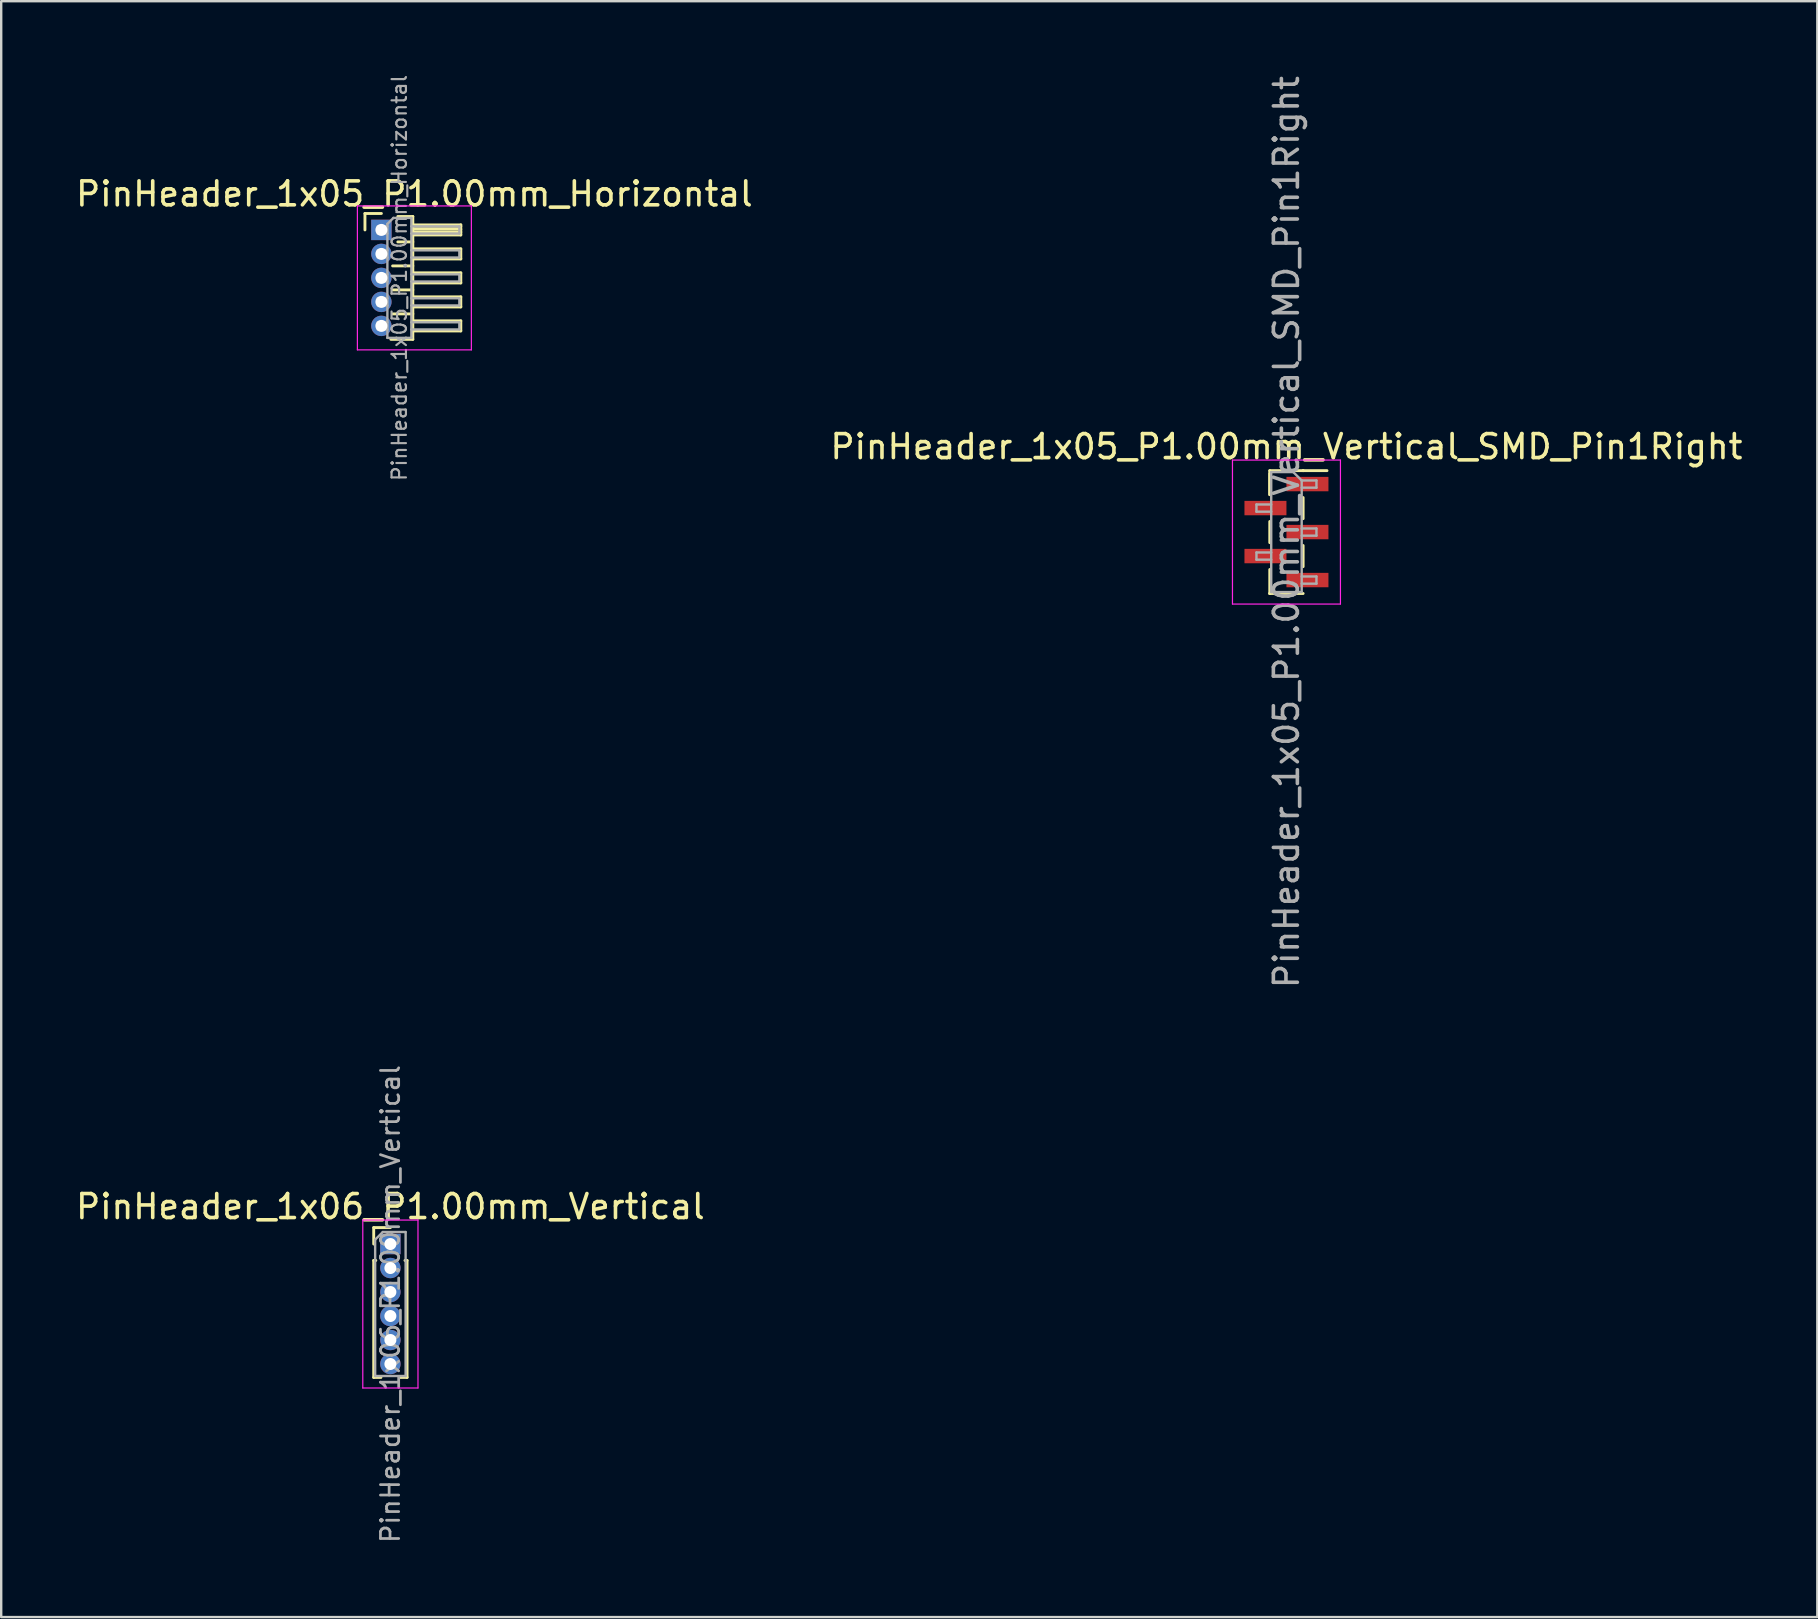
<source format=kicad_pcb>
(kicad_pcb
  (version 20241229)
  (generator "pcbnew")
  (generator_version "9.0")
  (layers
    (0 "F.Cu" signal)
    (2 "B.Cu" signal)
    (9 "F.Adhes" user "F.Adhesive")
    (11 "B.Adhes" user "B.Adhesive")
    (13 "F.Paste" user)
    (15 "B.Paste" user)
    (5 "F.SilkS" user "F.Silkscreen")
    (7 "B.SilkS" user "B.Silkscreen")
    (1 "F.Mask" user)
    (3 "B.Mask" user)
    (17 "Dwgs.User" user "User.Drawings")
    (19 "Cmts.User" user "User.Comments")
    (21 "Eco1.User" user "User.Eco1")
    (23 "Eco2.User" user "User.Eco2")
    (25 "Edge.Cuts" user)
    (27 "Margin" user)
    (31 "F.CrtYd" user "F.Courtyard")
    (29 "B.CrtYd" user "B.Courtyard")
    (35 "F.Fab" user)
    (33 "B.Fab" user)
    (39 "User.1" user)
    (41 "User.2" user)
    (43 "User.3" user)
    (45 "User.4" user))
  (footprint "PinHeader_1x05_P1.00mm_Horizontal"
    (layer "F.Cu")
    (at 12.845 6.532)
    (property "Reference" "PinHeader_1x05_P1.00mm_Horizontal" (at 1.375 -1.5 0) (layer "F.SilkS") (effects (font (size 1 1) (thickness 0.15))))
    (attr through_hole)
    (fp_line (start -0.685 -0.685) (end 0 -0.685) (stroke (width 0.12) (type solid)) (layer "F.SilkS"))
    (fp_line (start -0.685 0) (end -0.685 -0.685) (stroke (width 0.12) (type solid)) (layer "F.SilkS"))
    (fp_line (start 0.468 1.5) (end 1.31 1.5) (stroke (width 0.12) (type solid)) (layer "F.SilkS"))
    (fp_line (start 0.468 2.5) (end 1.31 2.5) (stroke (width 0.12) (type solid)) (layer "F.SilkS"))
    (fp_line (start 0.468 3.5) (end 1.31 3.5) (stroke (width 0.12) (type solid)) (layer "F.SilkS"))
    (fp_line (start 0.685 -0.56) (end 1.31 -0.56) (stroke (width 0.12) (type solid)) (layer "F.SilkS"))
    (fp_line (start 0.685 0.5) (end 1.31 0.5) (stroke (width 0.12) (type solid)) (layer "F.SilkS"))
    (fp_line (start 1.31 -0.56) (end 1.31 4.56) (stroke (width 0.12) (type solid)) (layer "F.SilkS"))
    (fp_line (start 1.31 -0.21) (end 3.31 -0.21) (stroke (width 0.12) (type solid)) (layer "F.SilkS"))
    (fp_line (start 1.31 -0.15) (end 3.31 -0.15) (stroke (width 0.12) (type solid)) (layer "F.SilkS"))
    (fp_line (start 1.31 -0.03) (end 3.31 -0.03) (stroke (width 0.12) (type solid)) (layer "F.SilkS"))
    (fp_line (start 1.31 0.09) (end 3.31 0.09) (stroke (width 0.12) (type solid)) (layer "F.SilkS"))
    (fp_line (start 1.31 0.79) (end 3.31 0.79) (stroke (width 0.12) (type solid)) (layer "F.SilkS"))
    (fp_line (start 1.31 1.79) (end 3.31 1.79) (stroke (width 0.12) (type solid)) (layer "F.SilkS"))
    (fp_line (start 1.31 2.79) (end 3.31 2.79) (stroke (width 0.12) (type solid)) (layer "F.SilkS"))
    (fp_line (start 1.31 3.79) (end 3.31 3.79) (stroke (width 0.12) (type solid)) (layer "F.SilkS"))
    (fp_line (start 1.31 4.56) (end 0.394 4.56) (stroke (width 0.12) (type solid)) (layer "F.SilkS"))
    (fp_line (start 3.31 -0.21) (end 3.31 0.21) (stroke (width 0.12) (type solid)) (layer "F.SilkS"))
    (fp_line (start 3.31 0.21) (end 1.31 0.21) (stroke (width 0.12) (type solid)) (layer "F.SilkS"))
    (fp_line (start 3.31 0.79) (end 3.31 1.21) (stroke (width 0.12) (type solid)) (layer "F.SilkS"))
    (fp_line (start 3.31 1.21) (end 1.31 1.21) (stroke (width 0.12) (type solid)) (layer "F.SilkS"))
    (fp_line (start 3.31 1.79) (end 3.31 2.21) (stroke (width 0.12) (type solid)) (layer "F.SilkS"))
    (fp_line (start 3.31 2.21) (end 1.31 2.21) (stroke (width 0.12) (type solid)) (layer "F.SilkS"))
    (fp_line (start 3.31 2.79) (end 3.31 3.21) (stroke (width 0.12) (type solid)) (layer "F.SilkS"))
    (fp_line (start 3.31 3.21) (end 1.31 3.21) (stroke (width 0.12) (type solid)) (layer "F.SilkS"))
    (fp_line (start 3.31 3.79) (end 3.31 4.21) (stroke (width 0.12) (type solid)) (layer "F.SilkS"))
    (fp_line (start 3.31 4.21) (end 1.31 4.21) (stroke (width 0.12) (type solid)) (layer "F.SilkS"))
    (fp_line (start -1 -1) (end -1 5) (stroke (width 0.05) (type solid)) (layer "F.CrtYd"))
    (fp_line (start -1 5) (end 3.75 5) (stroke (width 0.05) (type solid)) (layer "F.CrtYd"))
    (fp_line (start 3.75 -1) (end -1 -1) (stroke (width 0.05) (type solid)) (layer "F.CrtYd"))
    (fp_line (start 3.75 5) (end 3.75 -1) (stroke (width 0.05) (type solid)) (layer "F.CrtYd"))
    (fp_line (start -0.15 -0.15) (end -0.15 0.15) (stroke (width 0.1) (type solid)) (layer "F.Fab"))
    (fp_line (start -0.15 -0.15) (end 0.25 -0.15) (stroke (width 0.1) (type solid)) (layer "F.Fab"))
    (fp_line (start -0.15 0.15) (end 0.25 0.15) (stroke (width 0.1) (type solid)) (layer "F.Fab"))
    (fp_line (start -0.15 0.85) (end -0.15 1.15) (stroke (width 0.1) (type solid)) (layer "F.Fab"))
    (fp_line (start -0.15 0.85) (end 0.25 0.85) (stroke (width 0.1) (type solid)) (layer "F.Fab"))
    (fp_line (start -0.15 1.15) (end 0.25 1.15) (stroke (width 0.1) (type solid)) (layer "F.Fab"))
    (fp_line (start -0.15 1.85) (end -0.15 2.15) (stroke (width 0.1) (type solid)) (layer "F.Fab"))
    (fp_line (start -0.15 1.85) (end 0.25 1.85) (stroke (width 0.1) (type solid)) (layer "F.Fab"))
    (fp_line (start -0.15 2.15) (end 0.25 2.15) (stroke (width 0.1) (type solid)) (layer "F.Fab"))
    (fp_line (start -0.15 2.85) (end -0.15 3.15) (stroke (width 0.1) (type solid)) (layer "F.Fab"))
    (fp_line (start -0.15 2.85) (end 0.25 2.85) (stroke (width 0.1) (type solid)) (layer "F.Fab"))
    (fp_line (start -0.15 3.15) (end 0.25 3.15) (stroke (width 0.1) (type solid)) (layer "F.Fab"))
    (fp_line (start -0.15 3.85) (end -0.15 4.15) (stroke (width 0.1) (type solid)) (layer "F.Fab"))
    (fp_line (start -0.15 3.85) (end 0.25 3.85) (stroke (width 0.1) (type solid)) (layer "F.Fab"))
    (fp_line (start -0.15 4.15) (end 0.25 4.15) (stroke (width 0.1) (type solid)) (layer "F.Fab"))
    (fp_line (start 0.25 -0.25) (end 0.5 -0.5) (stroke (width 0.1) (type solid)) (layer "F.Fab"))
    (fp_line (start 0.25 4.5) (end 0.25 -0.25) (stroke (width 0.1) (type solid)) (layer "F.Fab"))
    (fp_line (start 0.5 -0.5) (end 1.25 -0.5) (stroke (width 0.1) (type solid)) (layer "F.Fab"))
    (fp_line (start 1.25 -0.5) (end 1.25 4.5) (stroke (width 0.1) (type solid)) (layer "F.Fab"))
    (fp_line (start 1.25 -0.15) (end 3.25 -0.15) (stroke (width 0.1) (type solid)) (layer "F.Fab"))
    (fp_line (start 1.25 0.15) (end 3.25 0.15) (stroke (width 0.1) (type solid)) (layer "F.Fab"))
    (fp_line (start 1.25 0.85) (end 3.25 0.85) (stroke (width 0.1) (type solid)) (layer "F.Fab"))
    (fp_line (start 1.25 1.15) (end 3.25 1.15) (stroke (width 0.1) (type solid)) (layer "F.Fab"))
    (fp_line (start 1.25 1.85) (end 3.25 1.85) (stroke (width 0.1) (type solid)) (layer "F.Fab"))
    (fp_line (start 1.25 2.15) (end 3.25 2.15) (stroke (width 0.1) (type solid)) (layer "F.Fab"))
    (fp_line (start 1.25 2.85) (end 3.25 2.85) (stroke (width 0.1) (type solid)) (layer "F.Fab"))
    (fp_line (start 1.25 3.15) (end 3.25 3.15) (stroke (width 0.1) (type solid)) (layer "F.Fab"))
    (fp_line (start 1.25 3.85) (end 3.25 3.85) (stroke (width 0.1) (type solid)) (layer "F.Fab"))
    (fp_line (start 1.25 4.15) (end 3.25 4.15) (stroke (width 0.1) (type solid)) (layer "F.Fab"))
    (fp_line (start 1.25 4.5) (end 0.25 4.5) (stroke (width 0.1) (type solid)) (layer "F.Fab"))
    (fp_line (start 3.25 -0.15) (end 3.25 0.15) (stroke (width 0.1) (type solid)) (layer "F.Fab"))
    (fp_line (start 3.25 0.85) (end 3.25 1.15) (stroke (width 0.1) (type solid)) (layer "F.Fab"))
    (fp_line (start 3.25 1.85) (end 3.25 2.15) (stroke (width 0.1) (type solid)) (layer "F.Fab"))
    (fp_line (start 3.25 2.85) (end 3.25 3.15) (stroke (width 0.1) (type solid)) (layer "F.Fab"))
    (fp_line (start 3.25 3.85) (end 3.25 4.15) (stroke (width 0.1) (type solid)) (layer "F.Fab"))
    (fp_text user "${REFERENCE}" (at 0.75 2 90) (layer "F.Fab") (effects (font (size 0.6 0.6) (thickness 0.09))))
    (pad "1" thru_hole rect (at 0 0) (size 0.85 0.85) (drill 0.5) (layers "*.Cu" "*.Mask"))
    (pad "2" thru_hole oval (at 0 1) (size 0.85 0.85) (drill 0.5) (layers "*.Cu" "*.Mask"))
    (pad "3" thru_hole oval (at 0 2) (size 0.85 0.85) (drill 0.5) (layers "*.Cu" "*.Mask"))
    (pad "4" thru_hole oval (at 0 3) (size 0.85 0.85) (drill 0.5) (layers "*.Cu" "*.Mask"))
    (pad "5" thru_hole oval (at 0 4) (size 0.85 0.85) (drill 0.5) (layers "*.Cu" "*.Mask")))
  (footprint "PinHeader_1x06_P1.00mm_Vertical"
    (layer "F.Cu")
    (at 13.22 48.797)
    (property "Reference" "PinHeader_1x06_P1.00mm_Vertical" (at 0 -1.56 0) (layer "F.SilkS") (effects (font (size 1 1) (thickness 0.15))))
    (attr through_hole)
    (fp_line (start -0.695 -0.685) (end 0 -0.685) (stroke (width 0.12) (type solid)) (layer "F.SilkS"))
    (fp_line (start -0.695 0) (end -0.695 -0.685) (stroke (width 0.12) (type solid)) (layer "F.SilkS"))
    (fp_line (start -0.695 0.685) (end -0.695 5.56) (stroke (width 0.12) (type solid)) (layer "F.SilkS"))
    (fp_line (start -0.695 0.685) (end -0.608 0.685) (stroke (width 0.12) (type solid)) (layer "F.SilkS"))
    (fp_line (start -0.695 5.56) (end -0.394 5.56) (stroke (width 0.12) (type solid)) (layer "F.SilkS"))
    (fp_line (start 0.394 5.56) (end 0.695 5.56) (stroke (width 0.12) (type solid)) (layer "F.SilkS"))
    (fp_line (start 0.608 0.685) (end 0.695 0.685) (stroke (width 0.12) (type solid)) (layer "F.SilkS"))
    (fp_line (start 0.695 0.685) (end 0.695 5.56) (stroke (width 0.12) (type solid)) (layer "F.SilkS"))
    (fp_line (start -1.15 -1) (end -1.15 6) (stroke (width 0.05) (type solid)) (layer "F.CrtYd"))
    (fp_line (start -1.15 6) (end 1.15 6) (stroke (width 0.05) (type solid)) (layer "F.CrtYd"))
    (fp_line (start 1.15 -1) (end -1.15 -1) (stroke (width 0.05) (type solid)) (layer "F.CrtYd"))
    (fp_line (start 1.15 6) (end 1.15 -1) (stroke (width 0.05) (type solid)) (layer "F.CrtYd"))
    (fp_line (start -0.635 -0.182) (end -0.318 -0.5) (stroke (width 0.1) (type solid)) (layer "F.Fab"))
    (fp_line (start -0.635 5.5) (end -0.635 -0.182) (stroke (width 0.1) (type solid)) (layer "F.Fab"))
    (fp_line (start -0.318 -0.5) (end 0.635 -0.5) (stroke (width 0.1) (type solid)) (layer "F.Fab"))
    (fp_line (start 0.635 -0.5) (end 0.635 5.5) (stroke (width 0.1) (type solid)) (layer "F.Fab"))
    (fp_line (start 0.635 5.5) (end -0.635 5.5) (stroke (width 0.1) (type solid)) (layer "F.Fab"))
    (fp_text user "${REFERENCE}" (at 0 2.5 90) (layer "F.Fab") (effects (font (size 0.76 0.76) (thickness 0.114))))
    (pad "1" thru_hole rect (at 0 0) (size 0.85 0.85) (drill 0.5) (layers "*.Cu" "*.Mask"))
    (pad "2" thru_hole oval (at 0 1) (size 0.85 0.85) (drill 0.5) (layers "*.Cu" "*.Mask"))
    (pad "3" thru_hole oval (at 0 2) (size 0.85 0.85) (drill 0.5) (layers "*.Cu" "*.Mask"))
    (pad "4" thru_hole oval (at 0 3) (size 0.85 0.85) (drill 0.5) (layers "*.Cu" "*.Mask"))
    (pad "5" thru_hole oval (at 0 4) (size 0.85 0.85) (drill 0.5) (layers "*.Cu" "*.Mask"))
    (pad "6" thru_hole oval (at 0 5) (size 0.85 0.85) (drill 0.5) (layers "*.Cu" "*.Mask")))
  (footprint "PinHeader_1x05_P1.00mm_Vertical_SMD_Pin1Right"
    (layer "F.Cu")
    (at 50.565 19.125)
    (property "Reference" "PinHeader_1x05_P1.00mm_Vertical_SMD_Pin1Right" (at 0 -3.56 0) (layer "F.SilkS") (effects (font (size 1 1) (thickness 0.15))))
    (attr smd)
    (fp_line (start -0.695 -2.56) (end -0.695 -1.56) (stroke (width 0.12) (type solid)) (layer "F.SilkS"))
    (fp_line (start -0.695 -2.56) (end 0.695 -2.56) (stroke (width 0.12) (type solid)) (layer "F.SilkS"))
    (fp_line (start -0.695 -2.44) (end -0.695 -1.56) (stroke (width 0.12) (type solid)) (layer "F.SilkS"))
    (fp_line (start -0.695 -0.44) (end -0.695 0.44) (stroke (width 0.12) (type solid)) (layer "F.SilkS"))
    (fp_line (start -0.695 1.56) (end -0.695 2.56) (stroke (width 0.12) (type solid)) (layer "F.SilkS"))
    (fp_line (start -0.695 2.56) (end -0.695 2.56) (stroke (width 0.12) (type solid)) (layer "F.SilkS"))
    (fp_line (start -0.695 2.56) (end 0.695 2.56) (stroke (width 0.12) (type solid)) (layer "F.SilkS"))
    (fp_line (start 0.695 -2.56) (end 0.695 -2.56) (stroke (width 0.12) (type solid)) (layer "F.SilkS"))
    (fp_line (start 0.695 -2.56) (end 1.69 -2.56) (stroke (width 0.12) (type solid)) (layer "F.SilkS"))
    (fp_line (start 0.695 -1.44) (end 0.695 -0.56) (stroke (width 0.12) (type solid)) (layer "F.SilkS"))
    (fp_line (start 0.695 0.56) (end 0.695 1.44) (stroke (width 0.12) (type solid)) (layer "F.SilkS"))
    (fp_line (start -2.25 -3) (end -2.25 3) (stroke (width 0.05) (type solid)) (layer "F.CrtYd"))
    (fp_line (start -2.25 3) (end 2.25 3) (stroke (width 0.05) (type solid)) (layer "F.CrtYd"))
    (fp_line (start 2.25 -3) (end -2.25 -3) (stroke (width 0.05) (type solid)) (layer "F.CrtYd"))
    (fp_line (start 2.25 3) (end 2.25 -3) (stroke (width 0.05) (type solid)) (layer "F.CrtYd"))
    (fp_line (start -1.25 -1.15) (end -1.25 -0.85) (stroke (width 0.1) (type solid)) (layer "F.Fab"))
    (fp_line (start -1.25 -0.85) (end -0.635 -0.85) (stroke (width 0.1) (type solid)) (layer "F.Fab"))
    (fp_line (start -1.25 0.85) (end -1.25 1.15) (stroke (width 0.1) (type solid)) (layer "F.Fab"))
    (fp_line (start -1.25 1.15) (end -0.635 1.15) (stroke (width 0.1) (type solid)) (layer "F.Fab"))
    (fp_line (start -0.635 -2.5) (end -0.635 2.5) (stroke (width 0.1) (type solid)) (layer "F.Fab"))
    (fp_line (start -0.635 -2.5) (end 0.285 -2.5) (stroke (width 0.1) (type solid)) (layer "F.Fab"))
    (fp_line (start -0.635 -1.15) (end -1.25 -1.15) (stroke (width 0.1) (type solid)) (layer "F.Fab"))
    (fp_line (start -0.635 0.85) (end -1.25 0.85) (stroke (width 0.1) (type solid)) (layer "F.Fab"))
    (fp_line (start 0.635 -2.15) (end 0.285 -2.5) (stroke (width 0.1) (type solid)) (layer "F.Fab"))
    (fp_line (start 0.635 -2.15) (end 1.25 -2.15) (stroke (width 0.1) (type solid)) (layer "F.Fab"))
    (fp_line (start 0.635 -0.15) (end 1.25 -0.15) (stroke (width 0.1) (type solid)) (layer "F.Fab"))
    (fp_line (start 0.635 1.85) (end 1.25 1.85) (stroke (width 0.1) (type solid)) (layer "F.Fab"))
    (fp_line (start 0.635 2.5) (end -0.635 2.5) (stroke (width 0.1) (type solid)) (layer "F.Fab"))
    (fp_line (start 0.635 2.5) (end 0.635 -2.15) (stroke (width 0.1) (type solid)) (layer "F.Fab"))
    (fp_line (start 1.25 -2.15) (end 1.25 -1.85) (stroke (width 0.1) (type solid)) (layer "F.Fab"))
    (fp_line (start 1.25 -1.85) (end 0.635 -1.85) (stroke (width 0.1) (type solid)) (layer "F.Fab"))
    (fp_line (start 1.25 -0.15) (end 1.25 0.15) (stroke (width 0.1) (type solid)) (layer "F.Fab"))
    (fp_line (start 1.25 0.15) (end 0.635 0.15) (stroke (width 0.1) (type solid)) (layer "F.Fab"))
    (fp_line (start 1.25 1.85) (end 1.25 2.15) (stroke (width 0.1) (type solid)) (layer "F.Fab"))
    (fp_line (start 1.25 2.15) (end 0.635 2.15) (stroke (width 0.1) (type solid)) (layer "F.Fab"))
    (fp_text user "${REFERENCE}" (at 0 0 90) (layer "F.Fab") (effects (font (size 1 1) (thickness 0.15))))
    (pad "1" smd rect (at 0.875 -2) (size 1.75 0.6) (layers "F.Cu" "F.Mask" "F.Paste"))
    (pad "2" smd rect (at -0.875 -1) (size 1.75 0.6) (layers "F.Cu" "F.Mask" "F.Paste"))
    (pad "3" smd rect (at 0.875 0) (size 1.75 0.6) (layers "F.Cu" "F.Mask" "F.Paste"))
    (pad "4" smd rect (at -0.875 1) (size 1.75 0.6) (layers "F.Cu" "F.Mask" "F.Paste"))
    (pad "5" smd rect (at 0.875 2) (size 1.75 0.6) (layers "F.Cu" "F.Mask" "F.Paste")))
  (gr_rect
    (start -3 -3)
    (end 72.69 64.345)
    (stroke (width 0.1) (type default))
    (fill no)
    (layer "Edge.Cuts")))
</source>
